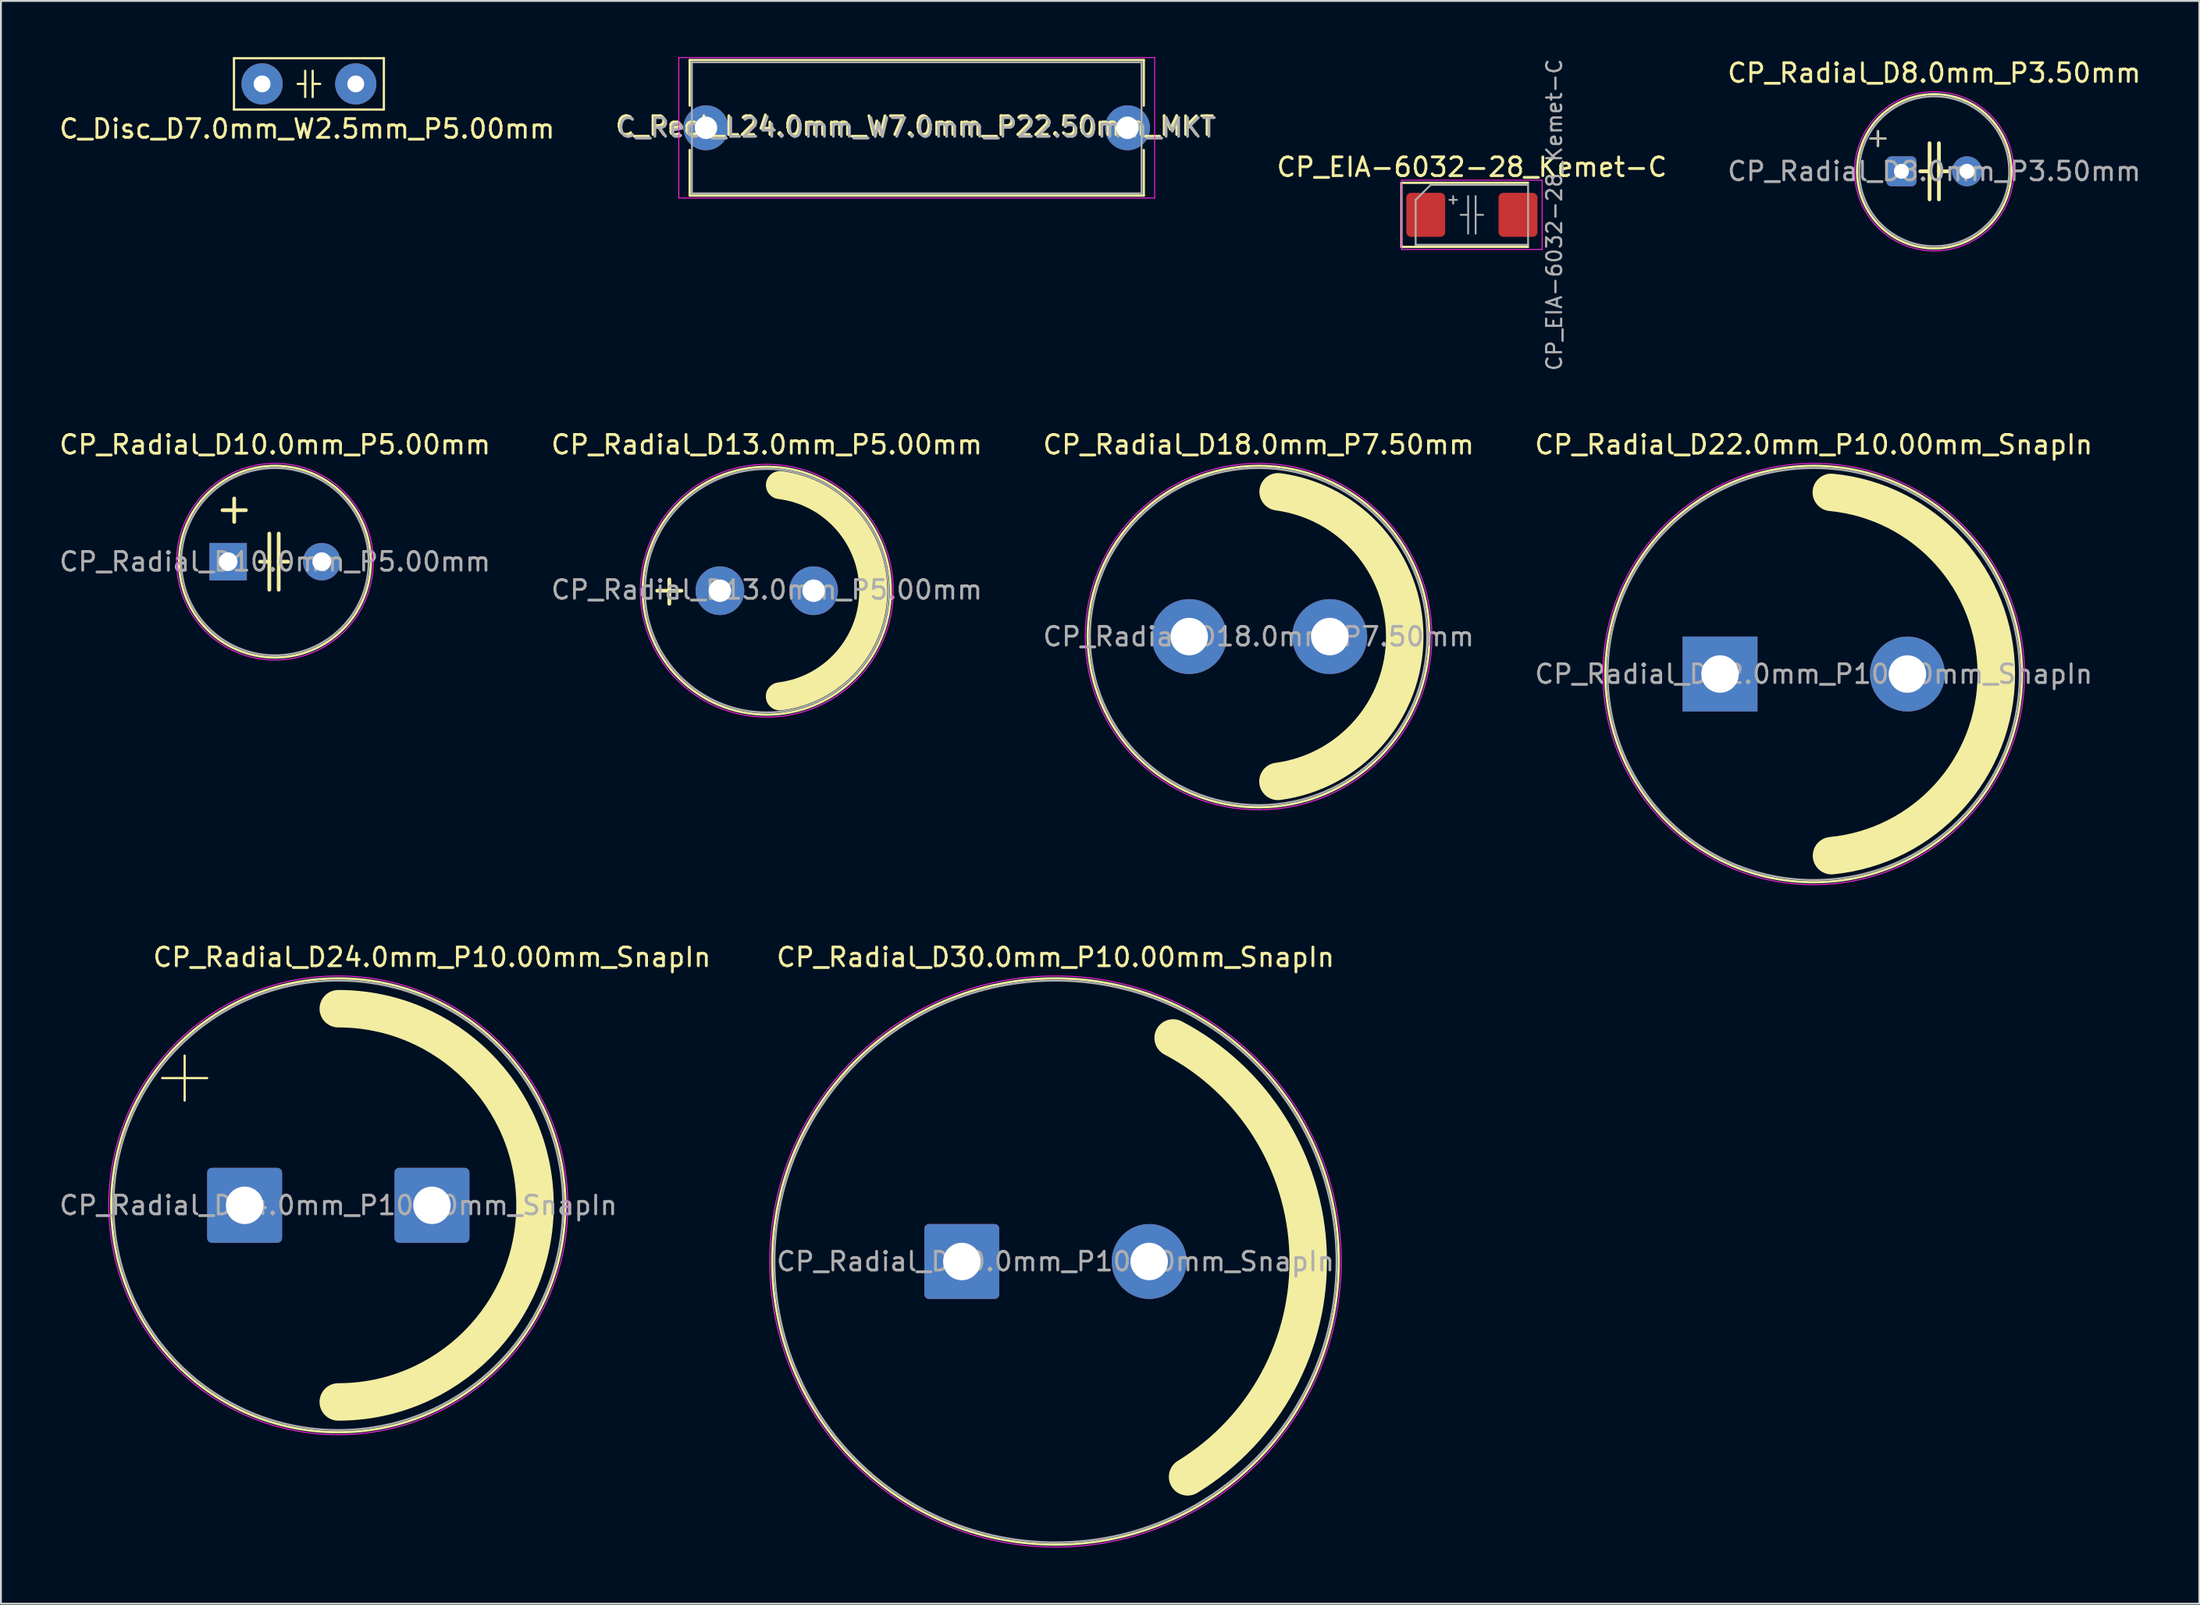
<source format=kicad_pcb>
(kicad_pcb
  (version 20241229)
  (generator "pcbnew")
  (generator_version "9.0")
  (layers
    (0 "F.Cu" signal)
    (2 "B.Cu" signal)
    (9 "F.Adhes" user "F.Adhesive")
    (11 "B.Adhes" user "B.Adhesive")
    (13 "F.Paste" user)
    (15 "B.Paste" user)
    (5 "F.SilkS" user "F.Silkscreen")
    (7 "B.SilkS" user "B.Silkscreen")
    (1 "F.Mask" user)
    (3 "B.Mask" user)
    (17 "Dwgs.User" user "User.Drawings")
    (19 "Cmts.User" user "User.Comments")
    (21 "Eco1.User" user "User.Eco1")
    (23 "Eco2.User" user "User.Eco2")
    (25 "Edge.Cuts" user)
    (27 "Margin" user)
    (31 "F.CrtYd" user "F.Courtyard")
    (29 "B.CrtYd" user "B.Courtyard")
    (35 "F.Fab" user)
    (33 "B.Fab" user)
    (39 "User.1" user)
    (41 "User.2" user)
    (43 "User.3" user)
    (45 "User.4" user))
  (footprint "CP_Radial_D18.0mm_P7.50mm"
    (layer "F.Cu")
    (at 64.125 30.946)
    (property "Reference" "CP_Radial_D18.0mm_P7.50mm" (at 0 -10.25 0) (layer "F.SilkS") (effects (font (size 1 1) (thickness 0.15))))
    (attr through_hole)
    (fp_arc (start 1.044901 -7.732282) (mid 7.802562 0.004663) (end 1.035658 7.733526) (stroke (width 2) (type solid)) (layer "F.SilkS"))
    (fp_circle (center 0 0) (end 9.12 0) (stroke (width 0.12) (type solid)) (fill no) (layer "F.SilkS"))
    (fp_circle (center 0 0) (end 9.25 0) (stroke (width 0.05) (type solid)) (fill no) (layer "F.CrtYd"))
    (fp_circle (center 0 0) (end 9 0) (stroke (width 0.1) (type solid)) (fill no) (layer "F.Fab"))
    (fp_text user "${REFERENCE}" (at 0 0 0) (layer "F.Fab") (effects (font (size 1 1) (thickness 0.15))))
    (pad "1" thru_hole circle (at -3.7 0) (size 4 4) (drill 2) (layers "*.Cu" "*.Mask"))
    (pad "2" thru_hole circle (at 3.8 0) (size 4 4) (drill 2) (layers "*.Cu" "*.Mask")))
  (footprint "C_Disc_D7.0mm_W2.5mm_P5.00mm"
    (layer "F.Cu")
    (at 13.439 1.43)
    (property "Reference" "C_Disc_D7.0mm_W2.5mm_P5.00mm" (at -0.1 2.4 0) (layer "F.SilkS") (effects (font (size 1 1) (thickness 0.15))))
    (attr through_hole)
    (fp_line (start -4 -1.37) (end -4 1.37) (stroke (width 0.12) (type solid)) (layer "F.SilkS"))
    (fp_line (start -4 -1.37) (end 4 -1.37) (stroke (width 0.12) (type solid)) (layer "F.SilkS"))
    (fp_line (start -4 1.37) (end 4 1.37) (stroke (width 0.12) (type solid)) (layer "F.SilkS"))
    (fp_line (start -0.6 0) (end -0.2 0) (stroke (width 0.12) (type solid)) (layer "F.SilkS"))
    (fp_line (start -0.2 -0.7) (end -0.2 0) (stroke (width 0.12) (type solid)) (layer "F.SilkS"))
    (fp_line (start -0.2 0) (end -0.2 0.7) (stroke (width 0.12) (type solid)) (layer "F.SilkS"))
    (fp_line (start 0.2 -0.7) (end 0.2 0) (stroke (width 0.12) (type solid)) (layer "F.SilkS"))
    (fp_line (start 0.2 0) (end 0.2 0.7) (stroke (width 0.12) (type solid)) (layer "F.SilkS"))
    (fp_line (start 0.2 0) (end 0.6 0) (stroke (width 0.12) (type solid)) (layer "F.SilkS"))
    (fp_line (start 4 -1.37) (end 4 1.37) (stroke (width 0.12) (type solid)) (layer "F.SilkS"))
    (pad "1" thru_hole circle (at -2.5 0) (size 2.2 2.2) (drill 0.9) (layers "*.Cu" "*.Mask"))
    (pad "2" thru_hole circle (at 2.5 0) (size 2.2 2.2) (drill 0.9) (layers "*.Cu" "*.Mask")))
  (footprint "C_Rect_L24.0mm_W7.0mm_P22.50mm_MKT"
    (layer "F.Cu")
    (at 34.63 3.775)
    (property "Reference" "C_Rect_L24.0mm_W7.0mm_P22.50mm_MKT" (at 11.15 -0.1 180) (layer "F.SilkS") (effects (font (size 1 1) (thickness 0.15))))
    (attr through_hole)
    (fp_line (start -0.87 -3.62) (end -0.87 -1.185) (stroke (width 0.12) (type solid)) (layer "F.SilkS"))
    (fp_line (start -0.87 -3.62) (end 23.37 -3.62) (stroke (width 0.12) (type solid)) (layer "F.SilkS"))
    (fp_line (start -0.87 1.185) (end -0.87 3.62) (stroke (width 0.12) (type solid)) (layer "F.SilkS"))
    (fp_line (start -0.87 3.62) (end 23.37 3.62) (stroke (width 0.12) (type solid)) (layer "F.SilkS"))
    (fp_line (start 23.37 -3.62) (end 23.37 -1.185) (stroke (width 0.12) (type solid)) (layer "F.SilkS"))
    (fp_line (start 23.37 1.185) (end 23.37 3.62) (stroke (width 0.12) (type solid)) (layer "F.SilkS"))
    (fp_line (start -1.45 -3.75) (end -1.45 3.75) (stroke (width 0.05) (type solid)) (layer "F.CrtYd"))
    (fp_line (start -1.45 3.75) (end 23.95 3.75) (stroke (width 0.05) (type solid)) (layer "F.CrtYd"))
    (fp_line (start 23.95 -3.75) (end -1.45 -3.75) (stroke (width 0.05) (type solid)) (layer "F.CrtYd"))
    (fp_line (start 23.95 3.75) (end 23.95 -3.75) (stroke (width 0.05) (type solid)) (layer "F.CrtYd"))
    (fp_line (start -0.75 -3.5) (end -0.75 3.5) (stroke (width 0.1) (type solid)) (layer "F.Fab"))
    (fp_line (start -0.75 3.5) (end 23.25 3.5) (stroke (width 0.1) (type solid)) (layer "F.Fab"))
    (fp_line (start 23.25 -3.5) (end -0.75 -3.5) (stroke (width 0.1) (type solid)) (layer "F.Fab"))
    (fp_line (start 23.25 3.5) (end 23.25 -3.5) (stroke (width 0.1) (type solid)) (layer "F.Fab"))
    (fp_text user "${REFERENCE}" (at 11.25 0 180) (layer "F.Fab") (effects (font (size 1 1) (thickness 0.15))))
    (pad "1" thru_hole circle (at 0 0) (size 2.4 2.4) (drill 1.2) (layers "*.Cu" "*.Mask"))
    (pad "2" thru_hole circle (at 22.5 0) (size 2.4 2.4) (drill 1.2) (layers "*.Cu" "*.Mask")))
  (footprint "CP_EIA-6032-28_Kemet-C"
    (layer "F.Cu")
    (at 75.511 8.424)
    (property "Reference" "CP_EIA-6032-28_Kemet-C" (at 0 -2.55 0) (layer "F.SilkS") (effects (font (size 1 1) (thickness 0.15))))
    (attr smd)
    (fp_line (start -3.76 -1.71) (end -3.76 1.71) (stroke (width 0.12) (type solid)) (layer "F.SilkS"))
    (fp_line (start -3.76 1.71) (end 3 1.71) (stroke (width 0.12) (type solid)) (layer "F.SilkS"))
    (fp_line (start 3 -1.71) (end -3.76 -1.71) (stroke (width 0.12) (type solid)) (layer "F.SilkS"))
    (fp_line (start -3.75 -1.85) (end 3.75 -1.85) (stroke (width 0.05) (type solid)) (layer "F.CrtYd"))
    (fp_line (start -3.75 1.85) (end -3.75 -1.85) (stroke (width 0.05) (type solid)) (layer "F.CrtYd"))
    (fp_line (start 3.75 -1.85) (end 3.75 1.85) (stroke (width 0.05) (type solid)) (layer "F.CrtYd"))
    (fp_line (start 3.75 1.85) (end -3.75 1.85) (stroke (width 0.05) (type solid)) (layer "F.CrtYd"))
    (fp_line (start -3 -0.8) (end -3 1.6) (stroke (width 0.1) (type solid)) (layer "F.Fab"))
    (fp_line (start -3 1.6) (end 3 1.6) (stroke (width 0.1) (type solid)) (layer "F.Fab"))
    (fp_line (start -2.2 -1.6) (end -3 -0.8) (stroke (width 0.1) (type solid)) (layer "F.Fab"))
    (fp_line (start -1.2 -0.8) (end -0.8 -0.8) (stroke (width 0.1) (type default)) (layer "F.Fab"))
    (fp_line (start -1 -1) (end -1 -0.6) (stroke (width 0.1) (type default)) (layer "F.Fab"))
    (fp_line (start -0.6 0) (end -0.2 0) (stroke (width 0.1) (type default)) (layer "F.Fab"))
    (fp_line (start -0.2 -1) (end -0.2 1) (stroke (width 0.1) (type default)) (layer "F.Fab"))
    (fp_line (start 0.2 -1) (end 0.2 1) (stroke (width 0.1) (type default)) (layer "F.Fab"))
    (fp_line (start 0.2 0) (end 0.6 0) (stroke (width 0.1) (type default)) (layer "F.Fab"))
    (fp_line (start 3 -1.6) (end -2.2 -1.6) (stroke (width 0.1) (type solid)) (layer "F.Fab"))
    (fp_line (start 3 1.6) (end 3 -1.6) (stroke (width 0.1) (type solid)) (layer "F.Fab"))
    (fp_text user "${REFERENCE}" (at 4.4 0 90) (layer "F.Fab") (effects (font (size 0.8 0.8) (thickness 0.12))))
    (pad "1" smd roundrect (at -2.462 0) (size 2.075 2.35) (layers "F.Cu" "F.Mask" "F.Paste") (roundrect_rratio 0.12))
    (pad "2" smd roundrect (at 2.462 0) (size 2.075 2.35) (layers "F.Cu" "F.Mask" "F.Paste") (roundrect_rratio 0.12)))
  (footprint "CP_Radial_D22.0mm_P10.00mm_SnapIn"
    (layer "F.Cu")
    (at 93.706 32.946)
    (property "Reference" "CP_Radial_D22.0mm_P10.00mm_SnapIn" (at 0.05 -12.25 0) (layer "F.SilkS") (effects (font (size 1 1) (thickness 0.15))))
    (attr through_hole)
    (fp_arc (start 0.990398 -9.700936) (mid 9.796409 -0.004824) (end 1 9.7) (stroke (width 2) (type solid)) (layer "F.SilkS"))
    (fp_circle (center 0.05 0) (end 11.17 0) (stroke (width 0.12) (type solid)) (fill no) (layer "F.SilkS"))
    (fp_circle (center 0.05 0) (end 11.3 0) (stroke (width 0.05) (type solid)) (fill no) (layer "F.CrtYd"))
    (fp_circle (center 0.05 0) (end 11.05 0) (stroke (width 0.1) (type solid)) (fill no) (layer "F.Fab"))
    (fp_text user "${REFERENCE}" (at 0.05 0 0) (layer "F.Fab") (effects (font (size 1 1) (thickness 0.15))))
    (pad "1" thru_hole rect (at -4.95 0) (size 4 4) (drill 2) (layers "*.Cu" "*.Mask"))
    (pad "2" thru_hole circle (at 5.05 0) (size 4 4) (drill 2) (layers "*.Cu" "*.Mask")))
  (footprint "CP_Radial_D10.0mm_P5.00mm"
    (layer "F.Cu")
    (at 11.575 26.946)
    (property "Reference" "CP_Radial_D10.0mm_P5.00mm" (at 0.05 -6.25 0) (layer "F.SilkS") (effects (font (size 1 1) (thickness 0.15))))
    (attr through_hole)
    (fp_line (start -2.75 -2.75) (end -1.5 -2.75) (stroke (width 0.2) (type solid)) (layer "F.SilkS"))
    (fp_line (start -2.125 -2.125) (end -2.125 -3.375) (stroke (width 0.2) (type solid)) (layer "F.SilkS"))
    (fp_line (start -0.75 0) (end -0.25 0) (stroke (width 0.2) (type solid)) (layer "F.SilkS"))
    (fp_line (start -0.25 -1.5) (end -0.25 1.5) (stroke (width 0.2) (type solid)) (layer "F.SilkS"))
    (fp_line (start 0.25 -1.5) (end 0.25 1.5) (stroke (width 0.2) (type solid)) (layer "F.SilkS"))
    (fp_line (start 0.25 0) (end 0.75 0) (stroke (width 0.2) (type solid)) (layer "F.SilkS"))
    (fp_circle (center 0.05 0) (end 5.17 0) (stroke (width 0.12) (type solid)) (fill no) (layer "F.SilkS"))
    (fp_circle (center 0.05 0) (end 5.3 0) (stroke (width 0.05) (type solid)) (fill no) (layer "F.CrtYd"))
    (fp_circle (center 0.05 0) (end 5.05 0) (stroke (width 0.1) (type solid)) (fill no) (layer "F.Fab"))
    (fp_text user "${REFERENCE}" (at 0.05 0 0) (layer "F.Fab") (effects (font (size 1 1) (thickness 0.15))))
    (pad "1" thru_hole rect (at -2.45 0) (size 2 2) (drill 1) (layers "*.Cu" "*.Mask"))
    (pad "2" thru_hole circle (at 2.55 0) (size 2 2) (drill 1) (layers "*.Cu" "*.Mask")))
  (footprint "CP_Radial_D24.0mm_P10.00mm_SnapIn"
    (layer "F.Cu")
    (at 15.006 61.319)
    (property "Reference" "CP_Radial_D24.0mm_P10.00mm_SnapIn" (at 5 -13.25 0) (layer "F.SilkS") (effects (font (size 1 1) (thickness 0.15))))
    (attr through_hole)
    (fp_line (start -9.4 -6.795) (end -7 -6.795) (stroke (width 0.12) (type solid)) (layer "F.SilkS"))
    (fp_line (start -8.2 -7.995) (end -8.2 -5.595) (stroke (width 0.12) (type solid)) (layer "F.SilkS"))
    (fp_arc (start 0 -10.5) (mid 10.5 0) (end 0 10.5) (stroke (width 2) (type solid)) (layer "F.SilkS"))
    (fp_circle (center 0 0) (end 12.12 0) (stroke (width 0.12) (type solid)) (fill no) (layer "F.SilkS"))
    (fp_circle (center 0 0) (end 12.25 0) (stroke (width 0.05) (type solid)) (fill no) (layer "F.CrtYd"))
    (fp_circle (center 0 0) (end 12 0) (stroke (width 0.1) (type solid)) (fill no) (layer "F.Fab"))
    (fp_text user "${REFERENCE}" (at 0 0 0) (layer "F.Fab") (effects (font (size 1 1) (thickness 0.15))))
    (pad "1" thru_hole roundrect (at -5 0) (size 4 4) (drill 2) (layers "*.Cu" "*.Mask") (roundrect_rratio 0.062))
    (pad "2" thru_hole roundrect (at 5 0) (size 4 4) (drill 2) (layers "*.Cu" "*.Mask") (roundrect_rratio 0.062)))
  (footprint "CP_Radial_D13.0mm_P5.00mm"
    (layer "F.Cu")
    (at 37.875 28.496)
    (property "Reference" "CP_Radial_D13.0mm_P5.00mm" (at 0 -7.8 0) (layer "F.SilkS") (effects (font (size 1 1) (thickness 0.15))))
    (attr through_hole)
    (fp_line (start -5.85 0) (end -4.55 0) (stroke (width 0.2) (type solid)) (layer "F.SilkS"))
    (fp_line (start -5.2 -0.6) (end -5.2 0.7) (stroke (width 0.2) (type solid)) (layer "F.SilkS"))
    (fp_arc (start 0.705364 -5.642912) (mid 5.686826 0.002703) (end 0.7 5.64358) (stroke (width 1.5) (type solid)) (layer "F.SilkS"))
    (fp_circle (center 0 0) (end 6.62 0) (stroke (width 0.12) (type solid)) (fill no) (layer "F.SilkS"))
    (fp_circle (center 0 0) (end 6.75 0) (stroke (width 0.05) (type solid)) (fill no) (layer "F.CrtYd"))
    (fp_circle (center 0 0) (end 6.5 0) (stroke (width 0.1) (type solid)) (fill no) (layer "F.Fab"))
    (fp_text user "${REFERENCE}" (at 0 -0.05 0) (layer "F.Fab") (effects (font (size 1 1) (thickness 0.15))))
    (pad "1" thru_hole circle (at -2.5 0) (size 2.6 2.6) (drill 1.2) (layers "*.Cu" "*.Mask"))
    (pad "2" thru_hole circle (at 2.5 0) (size 2.6 2.6) (drill 1.2) (layers "*.Cu" "*.Mask")))
  (footprint "CP_Radial_D8.0mm_P3.50mm"
    (layer "F.Cu")
    (at 98.439 6.098)
    (property "Reference" "CP_Radial_D8.0mm_P3.50mm" (at 1.75 -5.25 0) (layer "F.SilkS") (effects (font (size 1 1) (thickness 0.15))))
    (attr through_hole)
    (fp_line (start -1.65 -1.75) (end -0.85 -1.75) (stroke (width 0.12) (type solid)) (layer "F.SilkS"))
    (fp_line (start -1.25 -2.15) (end -1.25 -1.35) (stroke (width 0.12) (type solid)) (layer "F.SilkS"))
    (fp_line (start 1 0) (end 1.5 0) (stroke (width 0.2) (type solid)) (layer "F.SilkS"))
    (fp_line (start 1.5 -1.5) (end 1.5 1.5) (stroke (width 0.2) (type solid)) (layer "F.SilkS"))
    (fp_line (start 2 -1.5) (end 2 1.5) (stroke (width 0.2) (type solid)) (layer "F.SilkS"))
    (fp_line (start 2 0) (end 2.5 0) (stroke (width 0.2) (type solid)) (layer "F.SilkS"))
    (fp_circle (center 1.75 0) (end 5.87 0) (stroke (width 0.12) (type solid)) (fill no) (layer "F.SilkS"))
    (fp_circle (center 1.75 0) (end 6 0) (stroke (width 0.05) (type solid)) (fill no) (layer "F.CrtYd"))
    (fp_line (start -1.677 -1.748) (end -0.877 -1.748) (stroke (width 0.1) (type solid)) (layer "F.Fab"))
    (fp_line (start -1.277 -2.147) (end -1.277 -1.347) (stroke (width 0.1) (type solid)) (layer "F.Fab"))
    (fp_circle (center 1.75 0) (end 5.75 0) (stroke (width 0.1) (type solid)) (fill no) (layer "F.Fab"))
    (fp_text user "${REFERENCE}" (at 1.75 0 0) (layer "F.Fab") (effects (font (size 1 1) (thickness 0.15))))
    (pad "1" thru_hole roundrect (at 0 0) (size 1.6 1.6) (drill 0.8) (layers "*.Cu" "*.Mask") (roundrect_rratio 0.156))
    (pad "2" thru_hole circle (at 3.5 0) (size 1.6 1.6) (drill 0.8) (layers "*.Cu" "*.Mask")))
  (footprint "CP_Radial_D30.0mm_P10.00mm_SnapIn"
    (layer "F.Cu")
    (at 53.337 64.319)
    (property "Reference" "CP_Radial_D30.0mm_P10.00mm_SnapIn" (at -0.05 -16.25 0) (layer "F.SilkS") (effects (font (size 1 1) (thickness 0.15))))
    (attr through_hole)
    (fp_arc (start 6.230303 -11.937768) (mid 13.43171 -0.44274) (end 7 11.5) (stroke (width 2) (type solid)) (layer "F.SilkS"))
    (fp_circle (center -0.05 0) (end 15.07 0) (stroke (width 0.12) (type solid)) (fill no) (layer "F.SilkS"))
    (fp_circle (center -0.05 0) (end 15.2 0) (stroke (width 0.05) (type solid)) (fill no) (layer "F.CrtYd"))
    (fp_circle (center -0.05 0) (end 14.95 0) (stroke (width 0.1) (type solid)) (fill no) (layer "F.Fab"))
    (fp_text user "${REFERENCE}" (at -0.05 0 0) (layer "F.Fab") (effects (font (size 1 1) (thickness 0.15))))
    (pad "1" thru_hole roundrect (at -5.05 0) (size 4 4) (drill 2) (layers "*.Cu" "*.Mask") (roundrect_rratio 0.062))
    (pad "2" thru_hole circle (at 4.95 0) (size 4 4) (drill 2) (layers "*.Cu" "*.Mask")))
  (gr_rect
    (start -3 -3)
    (end 114.338 82.594)
    (stroke (width 0.1) (type default))
    (fill no)
    (layer "Edge.Cuts")))
</source>
